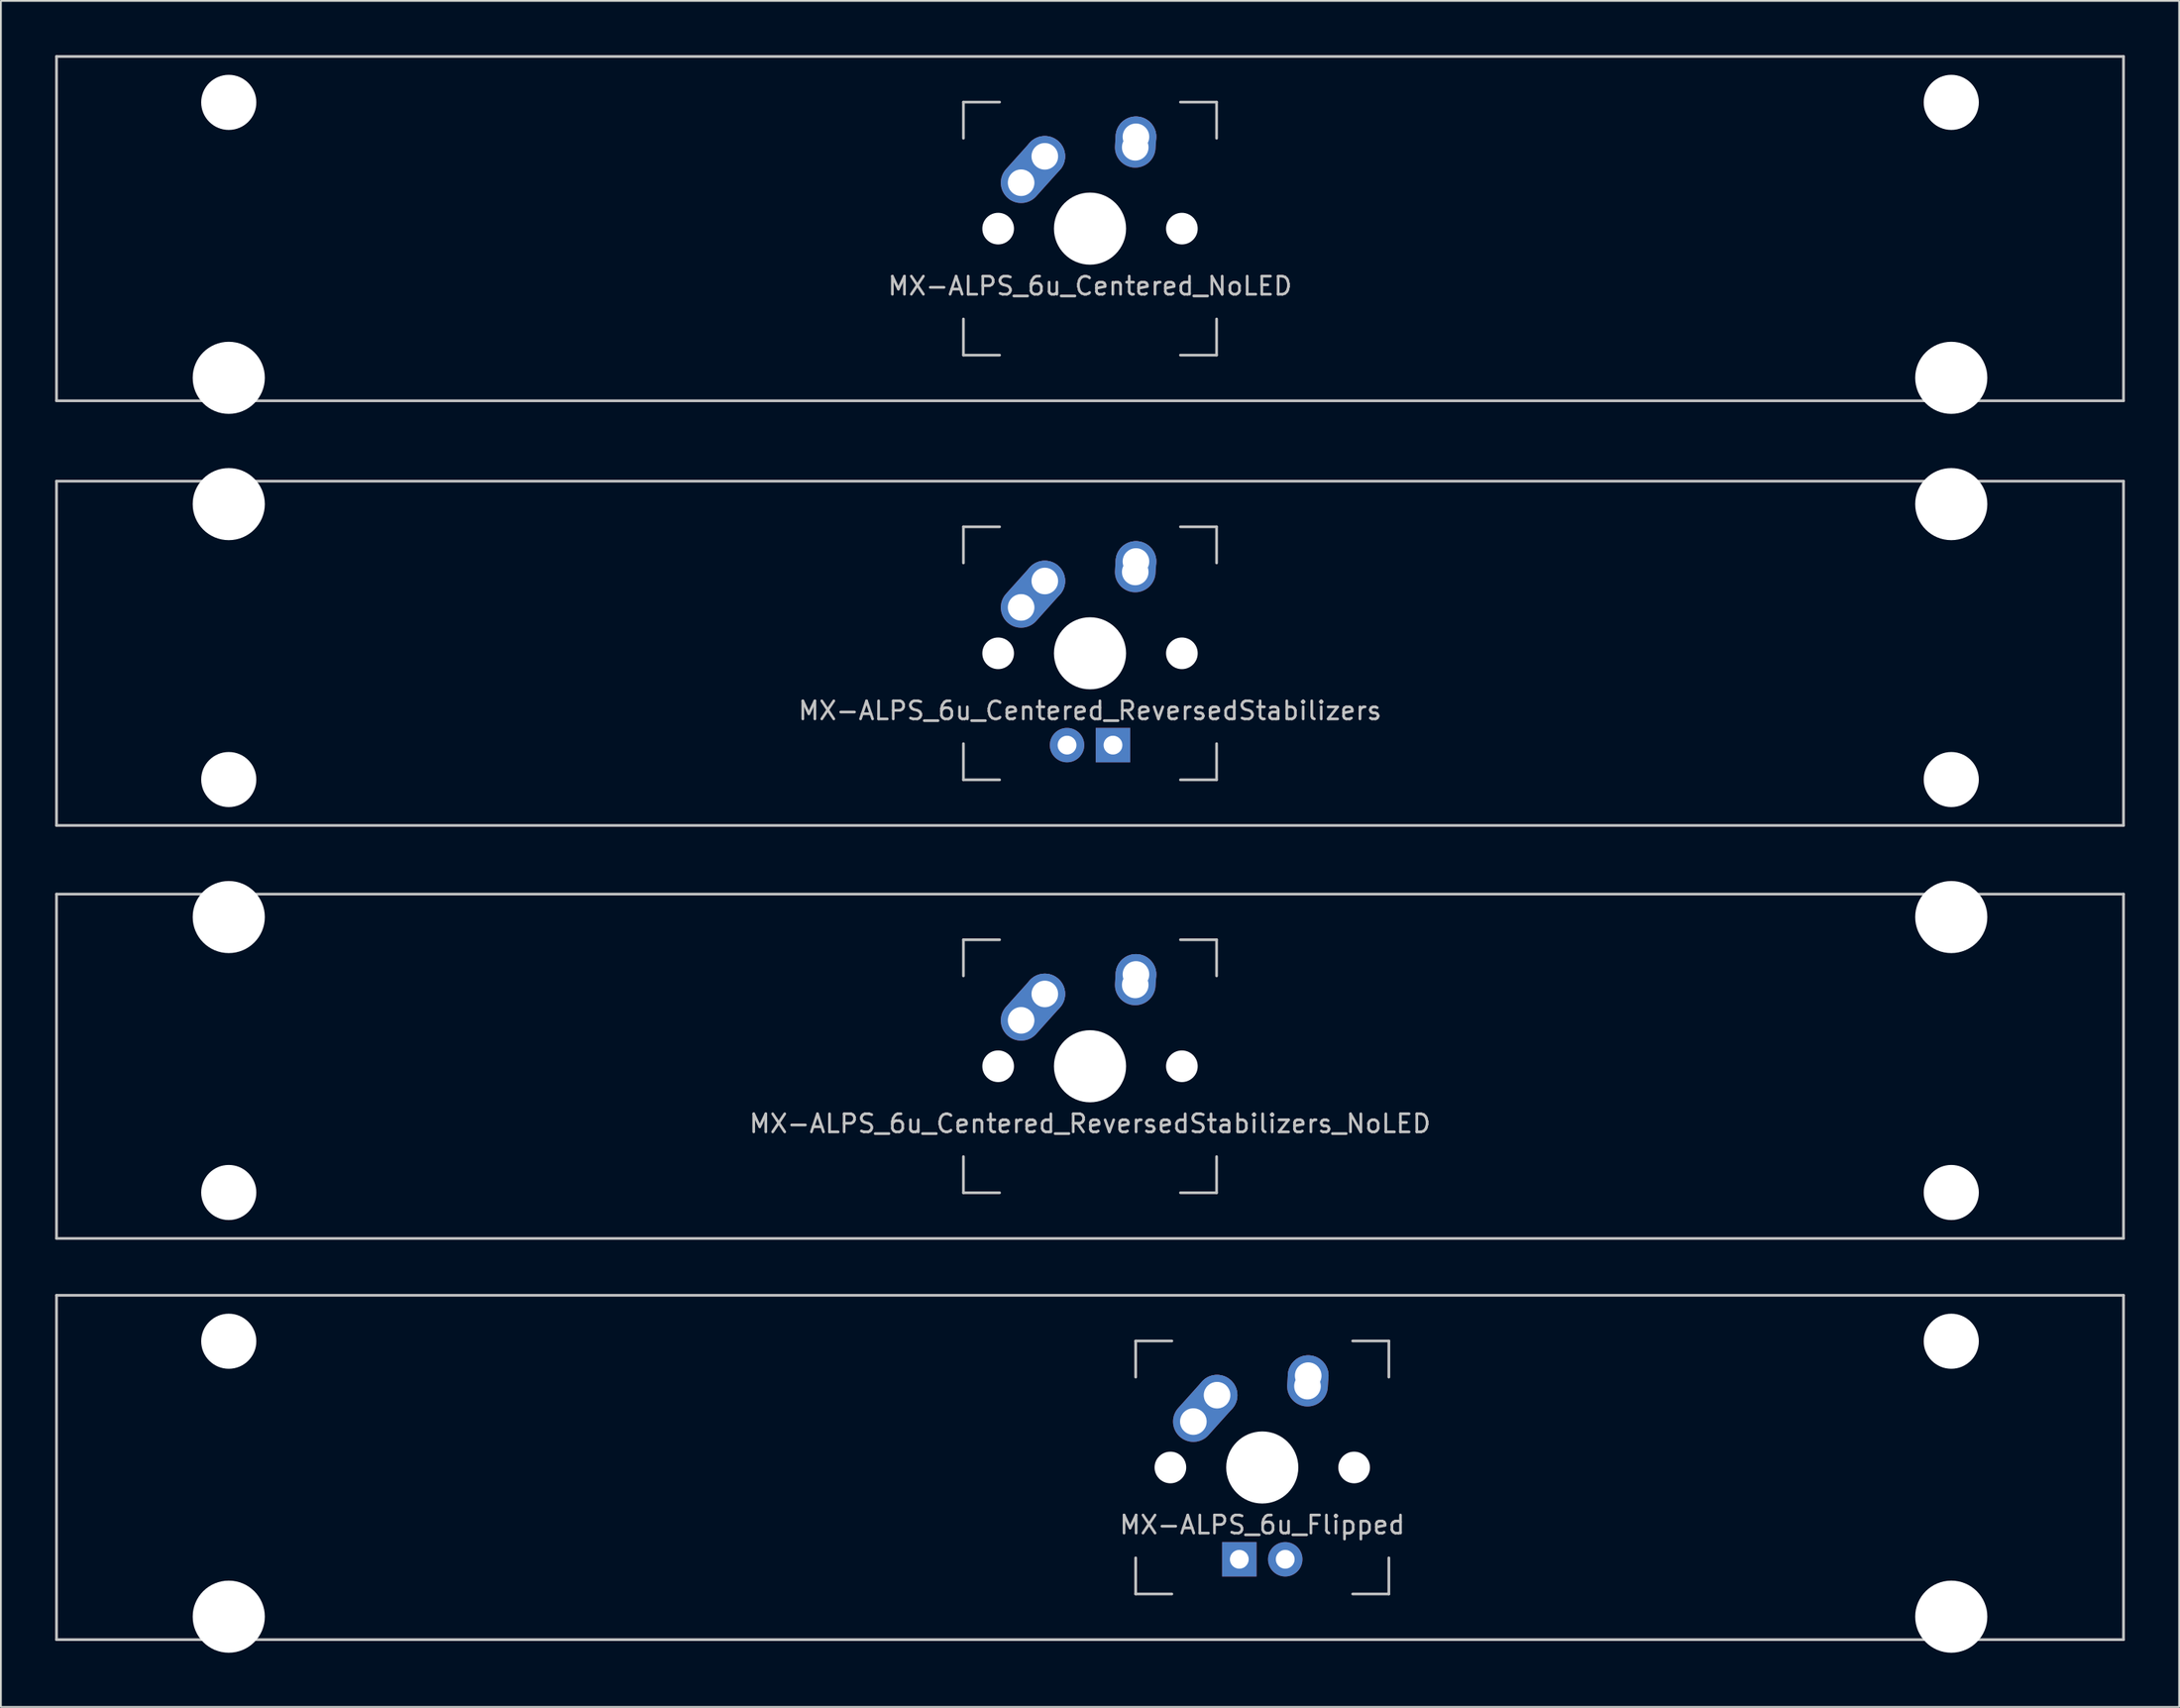
<source format=kicad_pcb>
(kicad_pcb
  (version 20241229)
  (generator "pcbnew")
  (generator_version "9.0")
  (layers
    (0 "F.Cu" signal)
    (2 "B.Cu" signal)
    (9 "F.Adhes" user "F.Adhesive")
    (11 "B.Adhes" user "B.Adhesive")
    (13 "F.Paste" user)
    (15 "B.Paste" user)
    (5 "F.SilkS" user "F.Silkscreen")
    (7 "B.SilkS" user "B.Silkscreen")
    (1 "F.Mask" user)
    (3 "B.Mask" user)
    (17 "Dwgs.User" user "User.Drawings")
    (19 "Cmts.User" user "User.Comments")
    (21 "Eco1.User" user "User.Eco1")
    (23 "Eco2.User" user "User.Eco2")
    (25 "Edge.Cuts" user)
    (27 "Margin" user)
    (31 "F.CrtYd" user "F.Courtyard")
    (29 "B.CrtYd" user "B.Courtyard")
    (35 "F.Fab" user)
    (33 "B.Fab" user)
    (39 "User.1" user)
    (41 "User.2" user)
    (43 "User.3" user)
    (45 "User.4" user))
  (footprint "MX-ALPS_6u_Centered_ReversedStabilizers_NoLED"
    (layer "F.Cu")
    (at 57.225 55.947)
    (property "Reference" "MX-ALPS_6u_Centered_ReversedStabilizers_NoLED" (at 0 3.175 0) (layer "Dwgs.User") (effects (font (size 1 1) (thickness 0.15))))
    (attr through_hole)
    (fp_line (start -57.15 -9.525) (end 57.15 -9.525) (stroke (width 0.15) (type solid)) (layer "Dwgs.User"))
    (fp_line (start -57.15 9.525) (end -57.15 -9.525) (stroke (width 0.15) (type solid)) (layer "Dwgs.User"))
    (fp_line (start -57.15 9.525) (end 57.15 9.525) (stroke (width 0.15) (type solid)) (layer "Dwgs.User"))
    (fp_line (start -7 -7) (end -7 -5) (stroke (width 0.15) (type solid)) (layer "Dwgs.User"))
    (fp_line (start -7 5) (end -7 7) (stroke (width 0.15) (type solid)) (layer "Dwgs.User"))
    (fp_line (start -7 7) (end -5 7) (stroke (width 0.15) (type solid)) (layer "Dwgs.User"))
    (fp_line (start -5 -7) (end -7 -7) (stroke (width 0.15) (type solid)) (layer "Dwgs.User"))
    (fp_line (start 5 -7) (end 7 -7) (stroke (width 0.15) (type solid)) (layer "Dwgs.User"))
    (fp_line (start 5 7) (end 7 7) (stroke (width 0.15) (type solid)) (layer "Dwgs.User"))
    (fp_line (start 7 -7) (end 7 -5) (stroke (width 0.15) (type solid)) (layer "Dwgs.User"))
    (fp_line (start 7 7) (end 7 5) (stroke (width 0.15) (type solid)) (layer "Dwgs.User"))
    (fp_line (start 57.15 -9.525) (end 57.15 9.525) (stroke (width 0.15) (type solid)) (layer "Dwgs.User"))
    (pad "" np_thru_hole circle (at -47.625 -8.255) (size 3.988 3.988) (drill 3.988) (layers "*.Cu" "*.Mask"))
    (pad "" np_thru_hole circle (at -47.625 6.985) (size 3.048 3.048) (drill 3.048) (layers "*.Cu" "*.Mask"))
    (pad "" np_thru_hole circle (at -5.08 0 48.1) (size 1.75 1.75) (drill 1.75) (layers "*.Cu" "*.Mask"))
    (pad "" np_thru_hole circle (at 0 0) (size 3.988 3.988) (drill 3.988) (layers "*.Cu" "*.Mask"))
    (pad "" np_thru_hole circle (at 5.08 0 48.1) (size 1.75 1.75) (drill 1.75) (layers "*.Cu" "*.Mask"))
    (pad "" np_thru_hole circle (at 47.625 -8.255) (size 3.988 3.988) (drill 3.988) (layers "*.Cu" "*.Mask"))
    (pad "" np_thru_hole circle (at 47.625 6.985) (size 3.048 3.048) (drill 3.048) (layers "*.Cu" "*.Mask"))
    (pad "1" thru_hole oval (at -3.81 -2.54 48.1) (size 4.212 2.25) (drill 1.47 (offset 0.981 0)) (layers "*.Cu" "B.Mask"))
    (pad "1" thru_hole circle (at -2.5 -4) (size 2.25 2.25) (drill 1.47) (layers "*.Cu" "B.Mask"))
    (pad "2" thru_hole oval (at 2.5 -4.5 86.055) (size 2.831 2.25) (drill 1.47 (offset 0.291 0)) (layers "*.Cu" "B.Mask"))
    (pad "2" thru_hole circle (at 2.54 -5.08) (size 2.25 2.25) (drill 1.47) (layers "*.Cu" "B.Mask")))
  (footprint "MX-ALPS_6u_Centered_NoLED"
    (layer "F.Cu")
    (at 57.225 9.6)
    (property "Reference" "MX-ALPS_6u_Centered_NoLED" (at 0 3.175 0) (layer "Dwgs.User") (effects (font (size 1 1) (thickness 0.15))))
    (attr through_hole)
    (fp_line (start -57.15 -9.525) (end 57.15 -9.525) (stroke (width 0.15) (type solid)) (layer "Dwgs.User"))
    (fp_line (start -57.15 9.525) (end -57.15 -9.525) (stroke (width 0.15) (type solid)) (layer "Dwgs.User"))
    (fp_line (start -57.15 9.525) (end 57.15 9.525) (stroke (width 0.15) (type solid)) (layer "Dwgs.User"))
    (fp_line (start -7 -7) (end -7 -5) (stroke (width 0.15) (type solid)) (layer "Dwgs.User"))
    (fp_line (start -7 5) (end -7 7) (stroke (width 0.15) (type solid)) (layer "Dwgs.User"))
    (fp_line (start -7 7) (end -5 7) (stroke (width 0.15) (type solid)) (layer "Dwgs.User"))
    (fp_line (start -5 -7) (end -7 -7) (stroke (width 0.15) (type solid)) (layer "Dwgs.User"))
    (fp_line (start 5 -7) (end 7 -7) (stroke (width 0.15) (type solid)) (layer "Dwgs.User"))
    (fp_line (start 5 7) (end 7 7) (stroke (width 0.15) (type solid)) (layer "Dwgs.User"))
    (fp_line (start 7 -7) (end 7 -5) (stroke (width 0.15) (type solid)) (layer "Dwgs.User"))
    (fp_line (start 7 7) (end 7 5) (stroke (width 0.15) (type solid)) (layer "Dwgs.User"))
    (fp_line (start 57.15 -9.525) (end 57.15 9.525) (stroke (width 0.15) (type solid)) (layer "Dwgs.User"))
    (pad "" np_thru_hole circle (at -47.625 -6.985) (size 3.048 3.048) (drill 3.048) (layers "*.Cu" "*.Mask"))
    (pad "" np_thru_hole circle (at -47.625 8.255) (size 3.988 3.988) (drill 3.988) (layers "*.Cu" "*.Mask"))
    (pad "" np_thru_hole circle (at -5.08 0 48.1) (size 1.75 1.75) (drill 1.75) (layers "*.Cu" "*.Mask"))
    (pad "" np_thru_hole circle (at 0 0) (size 3.988 3.988) (drill 3.988) (layers "*.Cu" "*.Mask"))
    (pad "" np_thru_hole circle (at 5.08 0 48.1) (size 1.75 1.75) (drill 1.75) (layers "*.Cu" "*.Mask"))
    (pad "" np_thru_hole circle (at 47.625 -6.985) (size 3.048 3.048) (drill 3.048) (layers "*.Cu" "*.Mask"))
    (pad "" np_thru_hole circle (at 47.625 8.255) (size 3.988 3.988) (drill 3.988) (layers "*.Cu" "*.Mask"))
    (pad "1" thru_hole oval (at -3.81 -2.54 48.1) (size 4.212 2.25) (drill 1.47 (offset 0.981 0)) (layers "*.Cu" "B.Mask"))
    (pad "1" thru_hole circle (at -2.5 -4) (size 2.25 2.25) (drill 1.47) (layers "*.Cu" "B.Mask"))
    (pad "2" thru_hole oval (at 2.5 -4.5 86.055) (size 2.831 2.25) (drill 1.47 (offset 0.291 0)) (layers "*.Cu" "B.Mask"))
    (pad "2" thru_hole circle (at 2.54 -5.08) (size 2.25 2.25) (drill 1.47) (layers "*.Cu" "B.Mask")))
  (footprint "MX-ALPS_6u_Flipped"
    (layer "F.Cu")
    (at 57.225 78.147)
    (property "Reference" "MX-ALPS_6u_Flipped" (at 9.525 3.175 0) (layer "Dwgs.User") (effects (font (size 1 1) (thickness 0.15))))
    (attr through_hole)
    (fp_line (start -57.15 -9.525) (end 57.15 -9.525) (stroke (width 0.15) (type solid)) (layer "Dwgs.User"))
    (fp_line (start -57.15 9.525) (end -57.15 -9.525) (stroke (width 0.15) (type solid)) (layer "Dwgs.User"))
    (fp_line (start -57.15 9.525) (end 57.15 9.525) (stroke (width 0.15) (type solid)) (layer "Dwgs.User"))
    (fp_line (start 2.525 -7) (end 2.525 -5) (stroke (width 0.15) (type solid)) (layer "Dwgs.User"))
    (fp_line (start 2.525 5) (end 2.525 7) (stroke (width 0.15) (type solid)) (layer "Dwgs.User"))
    (fp_line (start 2.525 7) (end 4.525 7) (stroke (width 0.15) (type solid)) (layer "Dwgs.User"))
    (fp_line (start 4.525 -7) (end 2.525 -7) (stroke (width 0.15) (type solid)) (layer "Dwgs.User"))
    (fp_line (start 14.525 -7) (end 16.525 -7) (stroke (width 0.15) (type solid)) (layer "Dwgs.User"))
    (fp_line (start 14.525 7) (end 16.525 7) (stroke (width 0.15) (type solid)) (layer "Dwgs.User"))
    (fp_line (start 16.525 -7) (end 16.525 -5) (stroke (width 0.15) (type solid)) (layer "Dwgs.User"))
    (fp_line (start 16.525 7) (end 16.525 5) (stroke (width 0.15) (type solid)) (layer "Dwgs.User"))
    (fp_line (start 57.15 -9.525) (end 57.15 9.525) (stroke (width 0.15) (type solid)) (layer "Dwgs.User"))
    (pad "" np_thru_hole circle (at -47.625 -6.985) (size 3.048 3.048) (drill 3.048) (layers "*.Cu" "*.Mask"))
    (pad "" np_thru_hole circle (at -47.625 8.255) (size 3.988 3.988) (drill 3.988) (layers "*.Cu" "*.Mask"))
    (pad "" np_thru_hole circle (at 4.445 0 48.1) (size 1.75 1.75) (drill 1.75) (layers "*.Cu" "*.Mask"))
    (pad "" np_thru_hole circle (at 9.525 0) (size 3.988 3.988) (drill 3.988) (layers "*.Cu" "*.Mask"))
    (pad "" np_thru_hole circle (at 14.605 0 48.1) (size 1.75 1.75) (drill 1.75) (layers "*.Cu" "*.Mask"))
    (pad "" np_thru_hole circle (at 47.625 -6.985) (size 3.048 3.048) (drill 3.048) (layers "*.Cu" "*.Mask"))
    (pad "" np_thru_hole circle (at 47.625 8.255) (size 3.988 3.988) (drill 3.988) (layers "*.Cu" "*.Mask"))
    (pad "1" thru_hole oval (at 5.715 -2.54 48.1) (size 4.212 2.25) (drill 1.47 (offset 0.981 0)) (layers "*.Cu" "B.Mask"))
    (pad "1" thru_hole circle (at 7.025 -4) (size 2.25 2.25) (drill 1.47) (layers "*.Cu" "B.Mask"))
    (pad "2" thru_hole oval (at 12.025 -4.5 86.055) (size 2.831 2.25) (drill 1.47 (offset 0.291 0)) (layers "*.Cu" "B.Mask"))
    (pad "2" thru_hole circle (at 12.065 -5.08) (size 2.25 2.25) (drill 1.47) (layers "*.Cu" "B.Mask"))
    (pad "3" thru_hole circle (at 10.795 5.08) (size 1.905 1.905) (drill 1.04) (layers "*.Cu" "B.Mask"))
    (pad "4" thru_hole rect (at 8.255 5.08) (size 1.905 1.905) (drill 1.04) (layers "*.Cu" "B.Mask")))
  (footprint "MX-ALPS_6u_Centered_ReversedStabilizers"
    (layer "F.Cu")
    (at 57.225 33.098)
    (property "Reference" "MX-ALPS_6u_Centered_ReversedStabilizers" (at 0 3.175 0) (layer "Dwgs.User") (effects (font (size 1 1) (thickness 0.15))))
    (attr through_hole)
    (fp_line (start -57.15 -9.525) (end 57.15 -9.525) (stroke (width 0.15) (type solid)) (layer "Dwgs.User"))
    (fp_line (start -57.15 9.525) (end -57.15 -9.525) (stroke (width 0.15) (type solid)) (layer "Dwgs.User"))
    (fp_line (start -57.15 9.525) (end 57.15 9.525) (stroke (width 0.15) (type solid)) (layer "Dwgs.User"))
    (fp_line (start -7 -7) (end -7 -5) (stroke (width 0.15) (type solid)) (layer "Dwgs.User"))
    (fp_line (start -7 5) (end -7 7) (stroke (width 0.15) (type solid)) (layer "Dwgs.User"))
    (fp_line (start -7 7) (end -5 7) (stroke (width 0.15) (type solid)) (layer "Dwgs.User"))
    (fp_line (start -5 -7) (end -7 -7) (stroke (width 0.15) (type solid)) (layer "Dwgs.User"))
    (fp_line (start 5 -7) (end 7 -7) (stroke (width 0.15) (type solid)) (layer "Dwgs.User"))
    (fp_line (start 5 7) (end 7 7) (stroke (width 0.15) (type solid)) (layer "Dwgs.User"))
    (fp_line (start 7 -7) (end 7 -5) (stroke (width 0.15) (type solid)) (layer "Dwgs.User"))
    (fp_line (start 7 7) (end 7 5) (stroke (width 0.15) (type solid)) (layer "Dwgs.User"))
    (fp_line (start 57.15 -9.525) (end 57.15 9.525) (stroke (width 0.15) (type solid)) (layer "Dwgs.User"))
    (pad "" np_thru_hole circle (at -47.625 -8.255) (size 3.988 3.988) (drill 3.988) (layers "*.Cu" "*.Mask"))
    (pad "" np_thru_hole circle (at -47.625 6.985) (size 3.048 3.048) (drill 3.048) (layers "*.Cu" "*.Mask"))
    (pad "" np_thru_hole circle (at -5.08 0 48.1) (size 1.75 1.75) (drill 1.75) (layers "*.Cu" "*.Mask"))
    (pad "" np_thru_hole circle (at 0 0) (size 3.988 3.988) (drill 3.988) (layers "*.Cu" "*.Mask"))
    (pad "" np_thru_hole circle (at 5.08 0 48.1) (size 1.75 1.75) (drill 1.75) (layers "*.Cu" "*.Mask"))
    (pad "" np_thru_hole circle (at 47.625 -8.255) (size 3.988 3.988) (drill 3.988) (layers "*.Cu" "*.Mask"))
    (pad "" np_thru_hole circle (at 47.625 6.985) (size 3.048 3.048) (drill 3.048) (layers "*.Cu" "*.Mask"))
    (pad "1" thru_hole oval (at -3.81 -2.54 48.1) (size 4.212 2.25) (drill 1.47 (offset 0.981 0)) (layers "*.Cu" "B.Mask"))
    (pad "1" thru_hole circle (at -2.5 -4) (size 2.25 2.25) (drill 1.47) (layers "*.Cu" "B.Mask"))
    (pad "2" thru_hole oval (at 2.5 -4.5 86.055) (size 2.831 2.25) (drill 1.47 (offset 0.291 0)) (layers "*.Cu" "B.Mask"))
    (pad "2" thru_hole circle (at 2.54 -5.08) (size 2.25 2.25) (drill 1.47) (layers "*.Cu" "B.Mask"))
    (pad "3" thru_hole circle (at -1.27 5.08) (size 1.905 1.905) (drill 1.04) (layers "*.Cu" "B.Mask"))
    (pad "4" thru_hole rect (at 1.27 5.08) (size 1.905 1.905) (drill 1.04) (layers "*.Cu" "B.Mask")))
  (gr_rect
    (start -3 -3)
    (end 117.45 91.396)
    (stroke (width 0.1) (type default))
    (fill no)
    (layer "Edge.Cuts")))
</source>
